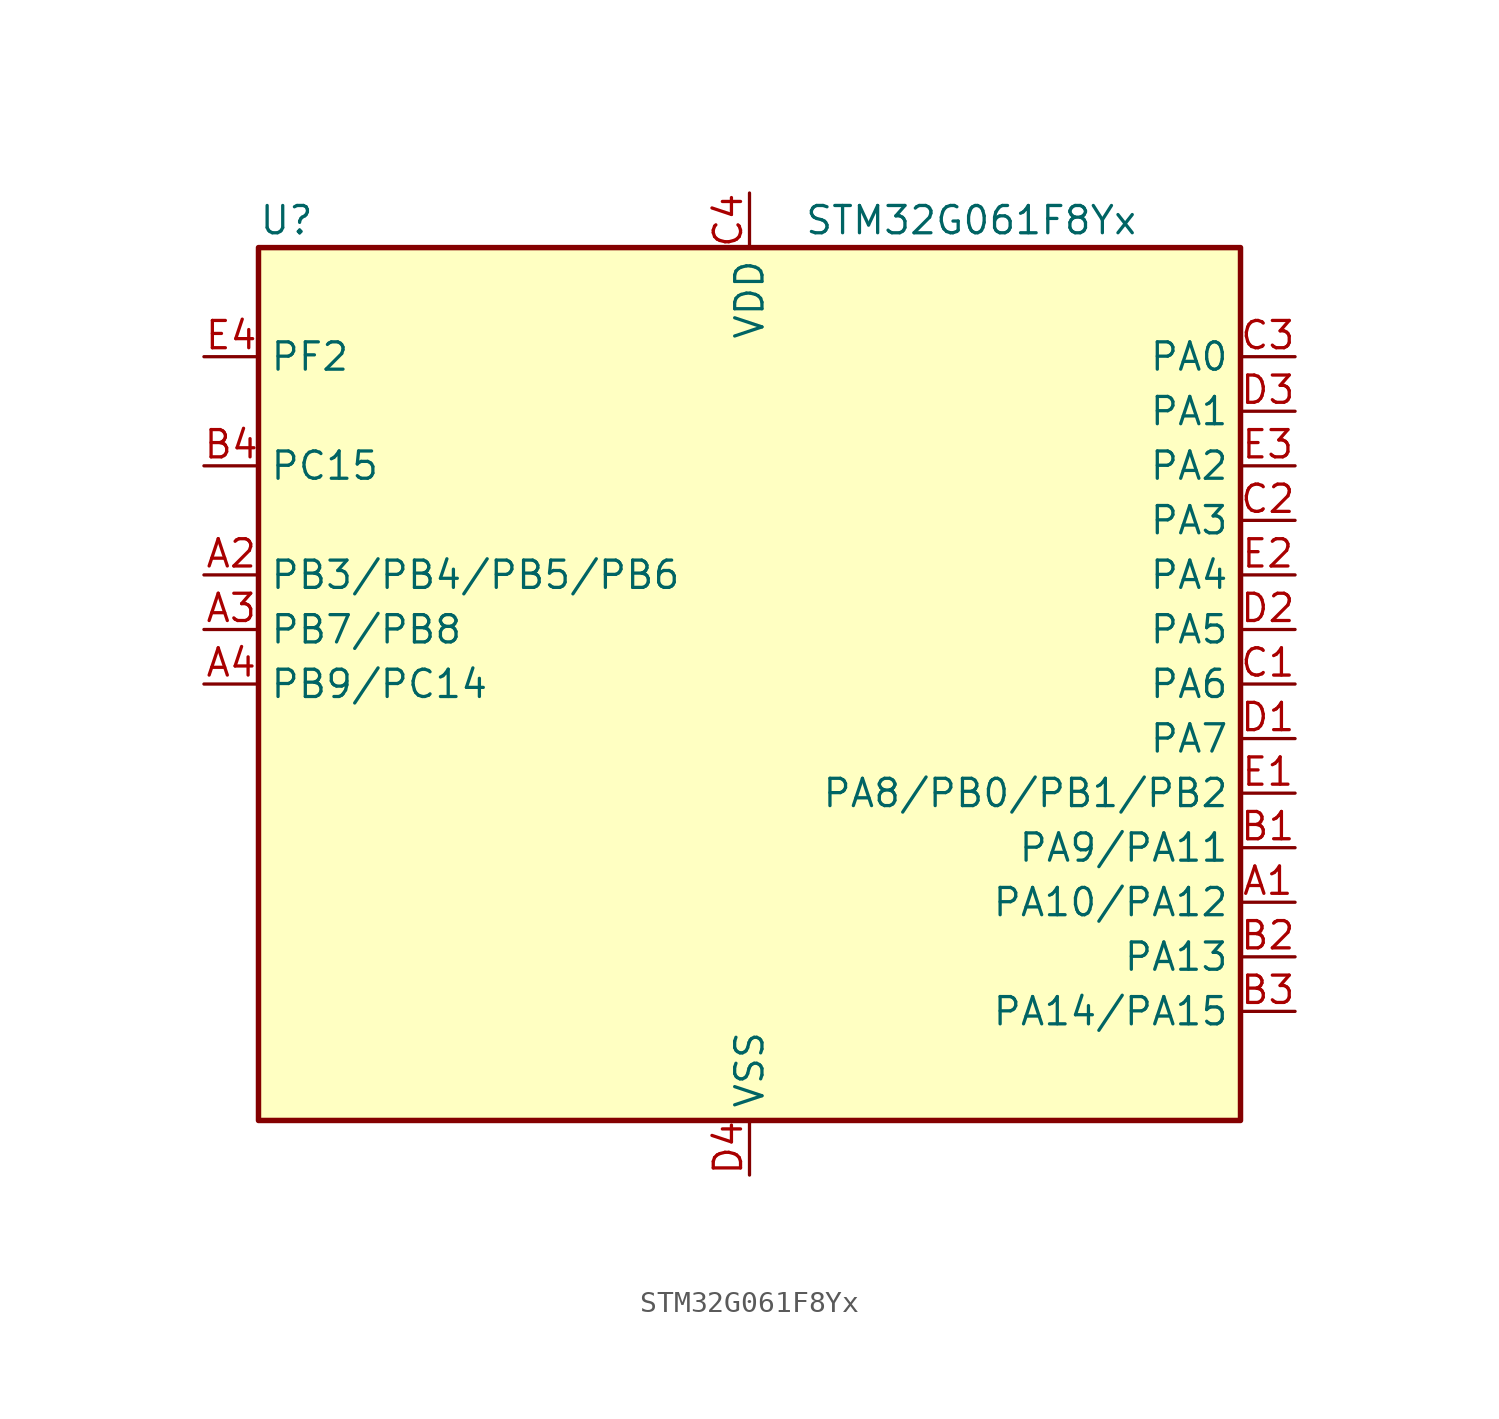
<source format=kicad_sym>
(kicad_symbol_lib
  (version 20241209)
  (generator "kicad_symbol_editor")
  (generator_version "9.0")
  (symbol "STM32G061F8Yx"
    (property "Reference" "U"
      (at -22.86 21.59 0)
      (effects (font (size 1.27 1.27)) (justify left)))
    (property "Value" "STM32G061F8Yx"
      (at 2.54 21.59 0)
      (effects (font (size 1.27 1.27)) (justify left)))
    (symbol "STM32G061F8Yx_0_1"
      (rectangle (start -22.86 -20.32) (end 22.86 20.32) (stroke (width 0.254) (type default)) (fill (type background))))
    (symbol "STM32G061F8Yx_1_1"
      (pin bidirectional line (at -25.4 15.24 0) (length 2.54) (name "PF2" (effects (font (size 1.27 1.27)))) (number "E4" (effects (font (size 1.27 1.27)))) (alternate "RCC_MCO" bidirectional line))
      (pin bidirectional line (at -25.4 10.16 0) (length 2.54) (name "PC15" (effects (font (size 1.27 1.27)))) (number "B4" (effects (font (size 1.27 1.27)))) (alternate "RCC_OSC32_EN" bidirectional line) (alternate "RCC_OSC32_OUT" bidirectional line) (alternate "RCC_OSC_EN" bidirectional line) (alternate "TIM15_BK" bidirectional line))
      (pin bidirectional line (at -25.4 5.08 0) (length 2.54) (name "PB3/PB4/PB5/PB6" (effects (font (size 1.27 1.27)))) (number "A2" (effects (font (size 1.27 1.27)))) (alternate "COMP2_INM (PB3)" bidirectional line) (alternate "COMP2_INP (PB4)" bidirectional line) (alternate "COMP2_INP (PB6)" bidirectional line) (alternate "COMP2_OUT (PB5)" bidirectional line) (alternate "I2C1_SCL (PB6)" bidirectional line) (alternate "I2C1_SMBA (PB5)" bidirectional line) (alternate "I2S1_CK (PB3)" bidirectional line) (alternate "I2S1_MCK (PB4)" bidirectional line) (alternate "I2S1_SD (PB5)" bidirectional line) (alternate "LPTIM1_ETR (PB6)" bidirectional line) (alternate "LPTIM1_IN1 (PB5)" bidirectional line) (alternate "PB3" bidirectional line) (alternate "PB4" bidirectional line) (alternate "PB5" bidirectional line) (alternate "PB6" bidirectional line) (alternate "SPI1_MISO (PB4)" bidirectional line) (alternate "SPI1_MOSI (PB5)" bidirectional line) (alternate "SPI1_SCK (PB3)" bidirectional line) (alternate "SPI2_MISO (PB6)" bidirectional line) (alternate "SYS_WKUP6 (PB5)" bidirectional line) (alternate "TIM16_BK (PB5)" bidirectional line) (alternate "TIM16_CH1N (PB6)" bidirectional line) (alternate "TIM17_BK (PB4)" bidirectional line) (alternate "TIM1_CH2 (PB3)" bidirectional line) (alternate "TIM1_CH3 (PB6)" bidirectional line) (alternate "TIM2_CH2 (PB3)" bidirectional line) (alternate "TIM3_CH1 (PB4)" bidirectional line) (alternate "TIM3_CH2 (PB5)" bidirectional line) (alternate "USART1_CK (PB3)" bidirectional line) (alternate "USART1_CTS (PB4)" bidirectional line) (alternate "USART1_DE (PB3)" bidirectional line) (alternate "USART1_NSS (PB4)" bidirectional line) (alternate "USART1_RTS (PB3)" bidirectional line) (alternate "USART1_TX (PB6)" bidirectional line))
      (pin bidirectional line (at -25.4 2.54 0) (length 2.54) (name "PB7/PB8" (effects (font (size 1.27 1.27)))) (number "A3" (effects (font (size 1.27 1.27)))) (alternate "ADC1_IN11 (PB7)" bidirectional line) (alternate "COMP2_INM (PB7)" bidirectional line) (alternate "I2C1_SCL (PB8)" bidirectional line) (alternate "I2C1_SDA (PB7)" bidirectional line) (alternate "LPTIM1_IN2 (PB7)" bidirectional line) (alternate "PB7" bidirectional line) (alternate "PB8" bidirectional line) (alternate "SPI2_MOSI (PB7)" bidirectional line) (alternate "SPI2_SCK (PB8)" bidirectional line) (alternate "SYS_PVD_IN (PB7)" bidirectional line) (alternate "TIM15_BK (PB8)" bidirectional line) (alternate "TIM16_CH1 (PB8)" bidirectional line) (alternate "TIM17_CH1N (PB7)" bidirectional line) (alternate "USART1_RX (PB7)" bidirectional line))
      (pin bidirectional line (at -25.4 0 0) (length 2.54) (name "PB9/PC14" (effects (font (size 1.27 1.27)))) (number "A4" (effects (font (size 1.27 1.27)))) (alternate "DAC1_EXTI9 (PB9)" bidirectional line) (alternate "I2C1_SDA (PB9)" bidirectional line) (alternate "IR_OUT (PB9)" bidirectional line) (alternate "PB9" bidirectional line) (alternate "PC14" bidirectional line) (alternate "RCC_OSC32_IN (PC14)" bidirectional line) (alternate "RCC_OSC_IN (PC14)" bidirectional line) (alternate "SPI2_NSS (PB9)" bidirectional line) (alternate "TIM17_CH1 (PB9)" bidirectional line) (alternate "TIM1_BK2 (PC14)" bidirectional line))
      (pin power_in line (at 0 22.86 270) (length 2.54) (name "VDD" (effects (font (size 1.27 1.27)))) (number "C4" (effects (font (size 1.27 1.27)))))
      (pin power_in line (at 0 -22.86 90) (length 2.54) (name "VSS" (effects (font (size 1.27 1.27)))) (number "D4" (effects (font (size 1.27 1.27)))))
      (pin bidirectional line (at 25.4 15.24 180) (length 2.54) (name "PA0" (effects (font (size 1.27 1.27)))) (number "C3" (effects (font (size 1.27 1.27)))) (alternate "ADC1_IN0" bidirectional line) (alternate "COMP1_INM" bidirectional line) (alternate "COMP1_OUT" bidirectional line) (alternate "LPTIM1_OUT" bidirectional line) (alternate "RTC_TAMP_IN2" bidirectional line) (alternate "SPI2_SCK" bidirectional line) (alternate "SYS_WKUP1" bidirectional line) (alternate "TIM2_CH1" bidirectional line) (alternate "TIM2_ETR" bidirectional line) (alternate "USART2_CTS" bidirectional line) (alternate "USART2_NSS" bidirectional line))
      (pin bidirectional line (at 25.4 12.7 180) (length 2.54) (name "PA1" (effects (font (size 1.27 1.27)))) (number "D3" (effects (font (size 1.27 1.27)))) (alternate "ADC1_IN1" bidirectional line) (alternate "COMP1_INP" bidirectional line) (alternate "I2C1_SMBA" bidirectional line) (alternate "I2S1_CK" bidirectional line) (alternate "SPI1_SCK" bidirectional line) (alternate "TIM15_CH1N" bidirectional line) (alternate "TIM2_CH2" bidirectional line) (alternate "USART2_CK" bidirectional line) (alternate "USART2_DE" bidirectional line) (alternate "USART2_RTS" bidirectional line))
      (pin bidirectional line (at 25.4 10.16 180) (length 2.54) (name "PA2" (effects (font (size 1.27 1.27)))) (number "E3" (effects (font (size 1.27 1.27)))) (alternate "ADC1_IN2" bidirectional line) (alternate "COMP2_INM" bidirectional line) (alternate "COMP2_OUT" bidirectional line) (alternate "I2S1_SD" bidirectional line) (alternate "LPUART1_TX" bidirectional line) (alternate "RCC_LSCO" bidirectional line) (alternate "SPI1_MOSI" bidirectional line) (alternate "SYS_WKUP4" bidirectional line) (alternate "TIM15_CH1" bidirectional line) (alternate "TIM2_CH3" bidirectional line) (alternate "USART2_TX" bidirectional line))
      (pin bidirectional line (at 25.4 7.62 180) (length 2.54) (name "PA3" (effects (font (size 1.27 1.27)))) (number "C2" (effects (font (size 1.27 1.27)))) (alternate "ADC1_IN3" bidirectional line) (alternate "COMP2_INP" bidirectional line) (alternate "LPUART1_RX" bidirectional line) (alternate "SPI2_MISO" bidirectional line) (alternate "TIM15_CH2" bidirectional line) (alternate "TIM2_CH4" bidirectional line) (alternate "USART2_RX" bidirectional line))
      (pin bidirectional line (at 25.4 5.08 180) (length 2.54) (name "PA4" (effects (font (size 1.27 1.27)))) (number "E2" (effects (font (size 1.27 1.27)))) (alternate "ADC1_IN4" bidirectional line) (alternate "DAC1_OUT1" bidirectional line) (alternate "I2S1_WS" bidirectional line) (alternate "LPTIM2_OUT" bidirectional line) (alternate "RTC_OUT1" bidirectional line) (alternate "RTC_TAMP_IN1" bidirectional line) (alternate "RTC_TS" bidirectional line) (alternate "SPI1_NSS" bidirectional line) (alternate "SPI2_MOSI" bidirectional line) (alternate "SYS_WKUP2" bidirectional line) (alternate "TIM14_CH1" bidirectional line))
      (pin bidirectional line (at 25.4 2.54 180) (length 2.54) (name "PA5" (effects (font (size 1.27 1.27)))) (number "D2" (effects (font (size 1.27 1.27)))) (alternate "ADC1_IN5" bidirectional line) (alternate "DAC1_OUT2" bidirectional line) (alternate "I2S1_CK" bidirectional line) (alternate "LPTIM2_ETR" bidirectional line) (alternate "SPI1_SCK" bidirectional line) (alternate "TIM2_CH1" bidirectional line) (alternate "TIM2_ETR" bidirectional line))
      (pin bidirectional line (at 25.4 0 180) (length 2.54) (name "PA6" (effects (font (size 1.27 1.27)))) (number "C1" (effects (font (size 1.27 1.27)))) (alternate "ADC1_IN6" bidirectional line) (alternate "COMP1_OUT" bidirectional line) (alternate "I2S1_MCK" bidirectional line) (alternate "LPUART1_CTS" bidirectional line) (alternate "SPI1_MISO" bidirectional line) (alternate "TIM16_CH1" bidirectional line) (alternate "TIM1_BK" bidirectional line) (alternate "TIM3_CH1" bidirectional line))
      (pin bidirectional line (at 25.4 -2.54 180) (length 2.54) (name "PA7" (effects (font (size 1.27 1.27)))) (number "D1" (effects (font (size 1.27 1.27)))) (alternate "ADC1_IN7" bidirectional line) (alternate "COMP2_OUT" bidirectional line) (alternate "I2S1_SD" bidirectional line) (alternate "SPI1_MOSI" bidirectional line) (alternate "TIM14_CH1" bidirectional line) (alternate "TIM17_CH1" bidirectional line) (alternate "TIM1_CH1N" bidirectional line) (alternate "TIM3_CH2" bidirectional line))
      (pin bidirectional line (at 25.4 -5.08 180) (length 2.54) (name "PA8/PB0/PB1/PB2" (effects (font (size 1.27 1.27)))) (number "E1" (effects (font (size 1.27 1.27)))) (alternate "ADC1_IN10 (PB2)" bidirectional line) (alternate "ADC1_IN8 (PB0)" bidirectional line) (alternate "ADC1_IN9 (PB1)" bidirectional line) (alternate "COMP1_INM (PB1)" bidirectional line) (alternate "COMP1_INP (PB2)" bidirectional line) (alternate "COMP1_OUT (PB0)" bidirectional line) (alternate "I2S1_WS (PB0)" bidirectional line) (alternate "LPTIM1_OUT (PB0)" bidirectional line) (alternate "LPTIM1_OUT (PB2)" bidirectional line) (alternate "LPTIM2_IN1 (PB1)" bidirectional line) (alternate "LPTIM2_OUT (PA8)" bidirectional line) (alternate "LPUART1_DE (PB1)" bidirectional line) (alternate "LPUART1_RTS (PB1)" bidirectional line) (alternate "PA8" bidirectional line) (alternate "PB0" bidirectional line) (alternate "PB1" bidirectional line) (alternate "PB2" bidirectional line) (alternate "RCC_MCO (PA8)" bidirectional line) (alternate "SPI1_NSS (PB0)" bidirectional line) (alternate "SPI2_MISO (PB2)" bidirectional line) (alternate "SPI2_NSS (PA8)" bidirectional line) (alternate "TIM14_CH1 (PB1)" bidirectional line) (alternate "TIM1_CH1 (PA8)" bidirectional line) (alternate "TIM1_CH2N (PB0)" bidirectional line) (alternate "TIM1_CH3N (PB1)" bidirectional line) (alternate "TIM3_CH3 (PB0)" bidirectional line) (alternate "TIM3_CH4 (PB1)" bidirectional line))
      (pin bidirectional line (at 25.4 -7.62 180) (length 2.54) (name "PA9/PA11" (effects (font (size 1.27 1.27)))) (number "B1" (effects (font (size 1.27 1.27)))) (alternate "ADC1_EXTI11 (PA11)" bidirectional line) (alternate "ADC1_IN15 (PA11)" bidirectional line) (alternate "COMP1_OUT (PA11)" bidirectional line) (alternate "DAC1_EXTI9 (PA9)" bidirectional line) (alternate "I2C1_SCL (PA9)" bidirectional line) (alternate "I2C2_SCL (PA11)" bidirectional line) (alternate "I2S1_MCK (PA11)" bidirectional line) (alternate "PA11" bidirectional line) (alternate "PA9" bidirectional line) (alternate "RCC_MCO (PA9)" bidirectional line) (alternate "SPI1_MISO (PA11)" bidirectional line) (alternate "SPI2_MISO (PA9)" bidirectional line) (alternate "TIM15_BK (PA9)" bidirectional line) (alternate "TIM1_BK2 (PA11)" bidirectional line) (alternate "TIM1_CH2 (PA9)" bidirectional line) (alternate "TIM1_CH4 (PA11)" bidirectional line) (alternate "USART1_CTS (PA11)" bidirectional line) (alternate "USART1_NSS (PA11)" bidirectional line) (alternate "USART1_TX (PA9)" bidirectional line))
      (pin bidirectional line (at 25.4 -10.16 180) (length 2.54) (name "PA10/PA12" (effects (font (size 1.27 1.27)))) (number "A1" (effects (font (size 1.27 1.27)))) (alternate "ADC1_IN16 (PA12)" bidirectional line) (alternate "COMP2_OUT (PA12)" bidirectional line) (alternate "I2C1_SDA (PA10)" bidirectional line) (alternate "I2C2_SDA (PA12)" bidirectional line) (alternate "I2S1_SD (PA12)" bidirectional line) (alternate "I2S_CKIN (PA12)" bidirectional line) (alternate "PA10" bidirectional line) (alternate "PA12" bidirectional line) (alternate "SPI1_MOSI (PA12)" bidirectional line) (alternate "SPI2_MOSI (PA10)" bidirectional line) (alternate "TIM17_BK (PA10)" bidirectional line) (alternate "TIM1_CH3 (PA10)" bidirectional line) (alternate "TIM1_ETR (PA12)" bidirectional line) (alternate "USART1_CK (PA12)" bidirectional line) (alternate "USART1_DE (PA12)" bidirectional line) (alternate "USART1_RTS (PA12)" bidirectional line) (alternate "USART1_RX (PA10)" bidirectional line))
      (pin bidirectional line (at 25.4 -12.7 180) (length 2.54) (name "PA13" (effects (font (size 1.27 1.27)))) (number "B2" (effects (font (size 1.27 1.27)))) (alternate "ADC1_IN17" bidirectional line) (alternate "IR_OUT" bidirectional line) (alternate "SYS_SWDIO" bidirectional line))
      (pin bidirectional line (at 25.4 -15.24 180) (length 2.54) (name "PA14/PA15" (effects (font (size 1.27 1.27)))) (number "B3" (effects (font (size 1.27 1.27)))) (alternate "ADC1_IN18 (PA14)" bidirectional line) (alternate "I2S1_WS (PA15)" bidirectional line) (alternate "PA14" bidirectional line) (alternate "PA15" bidirectional line) (alternate "SPI1_NSS (PA15)" bidirectional line) (alternate "SYS_SWCLK (PA14)" bidirectional line) (alternate "TIM2_CH1 (PA15)" bidirectional line) (alternate "TIM2_ETR (PA15)" bidirectional line) (alternate "USART2_RX (PA15)" bidirectional line) (alternate "USART2_TX (PA14)" bidirectional line)))))
</source>
